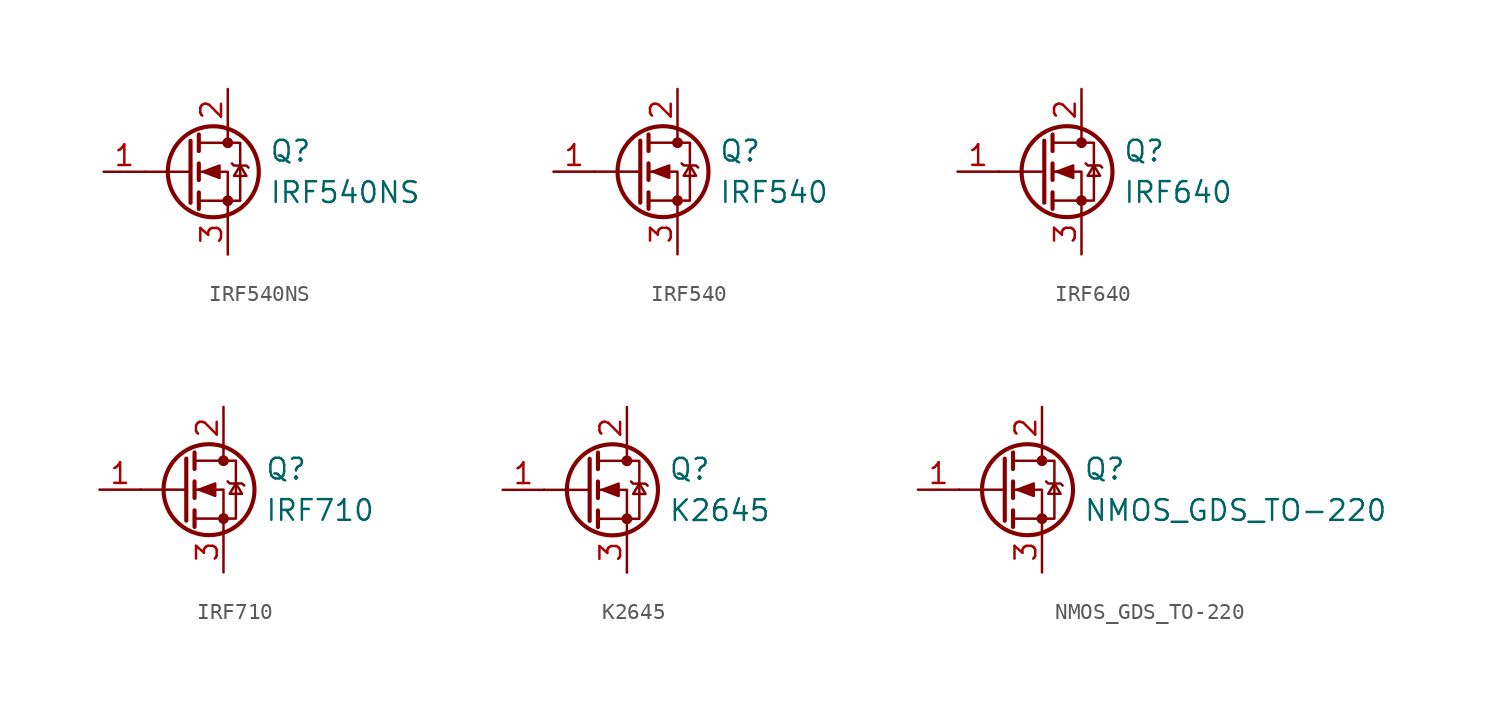
<source format=kicad_sym>
(kicad_symbol_lib
  (version 20220914)
  (generator kicad_symbol_editor)
  (symbol "IRF540NS"
    (pin_names
      (offset 0) hide)
    (property "Reference" "Q"
      (at 5.08 1.27 0)
      (effects (font (size 1.27 1.27)) (justify left)))
    (property "Value" "IRF540NS"
      (at 5.08 -1.27 0)
      (effects (font (size 1.27 1.27)) (justify left)))
    (symbol "IRF540NS_0_1"
      (polyline (pts (xy 0.254 0) (xy -2.54 0)) (stroke (width 0) (type default)) (fill (type none)))
      (polyline (pts (xy 0.254 1.905) (xy 0.254 -1.905)) (stroke (width 0.254) (type default)) (fill (type none)))
      (polyline (pts (xy 0.762 -1.27) (xy 0.762 -2.286)) (stroke (width 0.254) (type default)) (fill (type none)))
      (polyline (pts (xy 0.762 0.508) (xy 0.762 -0.508)) (stroke (width 0.254) (type default)) (fill (type none)))
      (polyline (pts (xy 0.762 2.286) (xy 0.762 1.27)) (stroke (width 0.254) (type default)) (fill (type none)))
      (polyline (pts (xy 2.54 2.54) (xy 2.54 1.778)) (stroke (width 0) (type default)) (fill (type none)))
      (polyline (pts (xy 2.54 -2.54) (xy 2.54 0) (xy 0.762 0)) (stroke (width 0) (type default)) (fill (type none)))
      (polyline (pts (xy 0.762 -1.778) (xy 3.302 -1.778) (xy 3.302 1.778) (xy 0.762 1.778)) (stroke (width 0) (type default)) (fill (type none)))
      (polyline (pts (xy 1.016 0) (xy 2.032 0.381) (xy 2.032 -0.381) (xy 1.016 0)) (stroke (width 0) (type default)) (fill (type outline)))
      (polyline (pts (xy 2.794 0.508) (xy 2.921 0.381) (xy 3.683 0.381) (xy 3.81 0.254)) (stroke (width 0) (type default)) (fill (type none)))
      (polyline (pts (xy 3.302 0.381) (xy 2.921 -0.254) (xy 3.683 -0.254) (xy 3.302 0.381)) (stroke (width 0) (type default)) (fill (type none)))
      (circle (center 1.651 0) (radius 2.794) (stroke (width 0.254) (type default)) (fill (type none)))
      (circle (center 2.54 -1.778) (radius 0.254) (stroke (width 0) (type default)) (fill (type outline)))
      (circle (center 2.54 1.778) (radius 0.254) (stroke (width 0) (type default)) (fill (type outline))))
    (symbol "IRF540NS_1_1"
      (pin input line (at -5.08 0 0) (length 2.54) (name "G" (effects (font (size 1.27 1.27)))) (number "1" (effects (font (size 1.27 1.27)))))
      (pin passive line (at 2.54 5.08 270) (length 2.54) (name "D" (effects (font (size 1.27 1.27)))) (number "2" (effects (font (size 1.27 1.27)))))
      (pin passive line (at 2.54 -5.08 90) (length 2.54) (name "S" (effects (font (size 1.27 1.27)))) (number "3" (effects (font (size 1.27 1.27)))))))
  (symbol "IRF540"
    (pin_names
      (offset 0) hide)
    (property "Reference" "Q"
      (at 5.08 1.27 0)
      (effects (font (size 1.27 1.27)) (justify left)))
    (property "Value" "IRF540"
      (at 5.08 -1.27 0)
      (effects (font (size 1.27 1.27)) (justify left)))
    (symbol "IRF540_0_1"
      (polyline (pts (xy 0.254 0) (xy -2.54 0)) (stroke (width 0) (type default)) (fill (type none)))
      (polyline (pts (xy 0.254 1.905) (xy 0.254 -1.905)) (stroke (width 0.254) (type default)) (fill (type none)))
      (polyline (pts (xy 0.762 -1.27) (xy 0.762 -2.286)) (stroke (width 0.254) (type default)) (fill (type none)))
      (polyline (pts (xy 0.762 0.508) (xy 0.762 -0.508)) (stroke (width 0.254) (type default)) (fill (type none)))
      (polyline (pts (xy 0.762 2.286) (xy 0.762 1.27)) (stroke (width 0.254) (type default)) (fill (type none)))
      (polyline (pts (xy 2.54 2.54) (xy 2.54 1.778)) (stroke (width 0) (type default)) (fill (type none)))
      (polyline (pts (xy 2.54 -2.54) (xy 2.54 0) (xy 0.762 0)) (stroke (width 0) (type default)) (fill (type none)))
      (polyline (pts (xy 0.762 -1.778) (xy 3.302 -1.778) (xy 3.302 1.778) (xy 0.762 1.778)) (stroke (width 0) (type default)) (fill (type none)))
      (polyline (pts (xy 1.016 0) (xy 2.032 0.381) (xy 2.032 -0.381) (xy 1.016 0)) (stroke (width 0) (type default)) (fill (type outline)))
      (polyline (pts (xy 2.794 0.508) (xy 2.921 0.381) (xy 3.683 0.381) (xy 3.81 0.254)) (stroke (width 0) (type default)) (fill (type none)))
      (polyline (pts (xy 3.302 0.381) (xy 2.921 -0.254) (xy 3.683 -0.254) (xy 3.302 0.381)) (stroke (width 0) (type default)) (fill (type none)))
      (circle (center 1.651 0) (radius 2.794) (stroke (width 0.254) (type default)) (fill (type none)))
      (circle (center 2.54 -1.778) (radius 0.254) (stroke (width 0) (type default)) (fill (type outline)))
      (circle (center 2.54 1.778) (radius 0.254) (stroke (width 0) (type default)) (fill (type outline))))
    (symbol "IRF540_1_1"
      (pin input line (at -5.08 0 0) (length 2.54) (name "G" (effects (font (size 1.27 1.27)))) (number "1" (effects (font (size 1.27 1.27)))))
      (pin passive line (at 2.54 5.08 270) (length 2.54) (name "D" (effects (font (size 1.27 1.27)))) (number "2" (effects (font (size 1.27 1.27)))))
      (pin passive line (at 2.54 -5.08 90) (length 2.54) (name "S" (effects (font (size 1.27 1.27)))) (number "3" (effects (font (size 1.27 1.27)))))))
  (symbol "IRF640"
    (pin_names
      (offset 0) hide)
    (property "Reference" "Q"
      (at 5.08 1.27 0)
      (effects (font (size 1.27 1.27)) (justify left)))
    (property "Value" "IRF640"
      (at 5.08 -1.27 0)
      (effects (font (size 1.27 1.27)) (justify left)))
    (symbol "IRF640_0_1"
      (polyline (pts (xy 0.254 0) (xy -2.54 0)) (stroke (width 0) (type default)) (fill (type none)))
      (polyline (pts (xy 0.254 1.905) (xy 0.254 -1.905)) (stroke (width 0.254) (type default)) (fill (type none)))
      (polyline (pts (xy 0.762 -1.27) (xy 0.762 -2.286)) (stroke (width 0.254) (type default)) (fill (type none)))
      (polyline (pts (xy 0.762 0.508) (xy 0.762 -0.508)) (stroke (width 0.254) (type default)) (fill (type none)))
      (polyline (pts (xy 0.762 2.286) (xy 0.762 1.27)) (stroke (width 0.254) (type default)) (fill (type none)))
      (polyline (pts (xy 2.54 2.54) (xy 2.54 1.778)) (stroke (width 0) (type default)) (fill (type none)))
      (polyline (pts (xy 2.54 -2.54) (xy 2.54 0) (xy 0.762 0)) (stroke (width 0) (type default)) (fill (type none)))
      (polyline (pts (xy 0.762 -1.778) (xy 3.302 -1.778) (xy 3.302 1.778) (xy 0.762 1.778)) (stroke (width 0) (type default)) (fill (type none)))
      (polyline (pts (xy 1.016 0) (xy 2.032 0.381) (xy 2.032 -0.381) (xy 1.016 0)) (stroke (width 0) (type default)) (fill (type outline)))
      (polyline (pts (xy 2.794 0.508) (xy 2.921 0.381) (xy 3.683 0.381) (xy 3.81 0.254)) (stroke (width 0) (type default)) (fill (type none)))
      (polyline (pts (xy 3.302 0.381) (xy 2.921 -0.254) (xy 3.683 -0.254) (xy 3.302 0.381)) (stroke (width 0) (type default)) (fill (type none)))
      (circle (center 1.651 0) (radius 2.794) (stroke (width 0.254) (type default)) (fill (type none)))
      (circle (center 2.54 -1.778) (radius 0.254) (stroke (width 0) (type default)) (fill (type outline)))
      (circle (center 2.54 1.778) (radius 0.254) (stroke (width 0) (type default)) (fill (type outline))))
    (symbol "IRF640_1_1"
      (pin input line (at -5.08 0 0) (length 2.54) (name "G" (effects (font (size 1.27 1.27)))) (number "1" (effects (font (size 1.27 1.27)))))
      (pin passive line (at 2.54 5.08 270) (length 2.54) (name "D" (effects (font (size 1.27 1.27)))) (number "2" (effects (font (size 1.27 1.27)))))
      (pin passive line (at 2.54 -5.08 90) (length 2.54) (name "S" (effects (font (size 1.27 1.27)))) (number "3" (effects (font (size 1.27 1.27)))))))
  (symbol "IRF710"
    (pin_names
      (offset 0) hide)
    (property "Reference" "Q"
      (at 5.08 1.27 0)
      (effects (font (size 1.27 1.27)) (justify left)))
    (property "Value" "IRF710"
      (at 5.08 -1.27 0)
      (effects (font (size 1.27 1.27)) (justify left)))
    (symbol "IRF710_0_1"
      (polyline (pts (xy 0.254 0) (xy -2.54 0)) (stroke (width 0) (type default)) (fill (type none)))
      (polyline (pts (xy 0.254 1.905) (xy 0.254 -1.905)) (stroke (width 0.254) (type default)) (fill (type none)))
      (polyline (pts (xy 0.762 -1.27) (xy 0.762 -2.286)) (stroke (width 0.254) (type default)) (fill (type none)))
      (polyline (pts (xy 0.762 0.508) (xy 0.762 -0.508)) (stroke (width 0.254) (type default)) (fill (type none)))
      (polyline (pts (xy 0.762 2.286) (xy 0.762 1.27)) (stroke (width 0.254) (type default)) (fill (type none)))
      (polyline (pts (xy 2.54 2.54) (xy 2.54 1.778)) (stroke (width 0) (type default)) (fill (type none)))
      (polyline (pts (xy 2.54 -2.54) (xy 2.54 0) (xy 0.762 0)) (stroke (width 0) (type default)) (fill (type none)))
      (polyline (pts (xy 0.762 -1.778) (xy 3.302 -1.778) (xy 3.302 1.778) (xy 0.762 1.778)) (stroke (width 0) (type default)) (fill (type none)))
      (polyline (pts (xy 1.016 0) (xy 2.032 0.381) (xy 2.032 -0.381) (xy 1.016 0)) (stroke (width 0) (type default)) (fill (type outline)))
      (polyline (pts (xy 2.794 0.508) (xy 2.921 0.381) (xy 3.683 0.381) (xy 3.81 0.254)) (stroke (width 0) (type default)) (fill (type none)))
      (polyline (pts (xy 3.302 0.381) (xy 2.921 -0.254) (xy 3.683 -0.254) (xy 3.302 0.381)) (stroke (width 0) (type default)) (fill (type none)))
      (circle (center 1.651 0) (radius 2.794) (stroke (width 0.254) (type default)) (fill (type none)))
      (circle (center 2.54 -1.778) (radius 0.254) (stroke (width 0) (type default)) (fill (type outline)))
      (circle (center 2.54 1.778) (radius 0.254) (stroke (width 0) (type default)) (fill (type outline))))
    (symbol "IRF710_1_1"
      (pin input line (at -5.08 0 0) (length 2.54) (name "G" (effects (font (size 1.27 1.27)))) (number "1" (effects (font (size 1.27 1.27)))))
      (pin passive line (at 2.54 5.08 270) (length 2.54) (name "D" (effects (font (size 1.27 1.27)))) (number "2" (effects (font (size 1.27 1.27)))))
      (pin passive line (at 2.54 -5.08 90) (length 2.54) (name "S" (effects (font (size 1.27 1.27)))) (number "3" (effects (font (size 1.27 1.27)))))))
  (symbol "K2645"
    (pin_names
      (offset 0) hide)
    (property "Reference" "Q"
      (at 5.08 1.27 0)
      (effects (font (size 1.27 1.27)) (justify left)))
    (property "Value" "K2645"
      (at 5.08 -1.27 0)
      (effects (font (size 1.27 1.27)) (justify left)))
    (symbol "K2645_0_1"
      (polyline (pts (xy 0.254 0) (xy -2.54 0)) (stroke (width 0) (type default)) (fill (type none)))
      (polyline (pts (xy 0.254 1.905) (xy 0.254 -1.905)) (stroke (width 0.254) (type default)) (fill (type none)))
      (polyline (pts (xy 0.762 -1.27) (xy 0.762 -2.286)) (stroke (width 0.254) (type default)) (fill (type none)))
      (polyline (pts (xy 0.762 0.508) (xy 0.762 -0.508)) (stroke (width 0.254) (type default)) (fill (type none)))
      (polyline (pts (xy 0.762 2.286) (xy 0.762 1.27)) (stroke (width 0.254) (type default)) (fill (type none)))
      (polyline (pts (xy 2.54 2.54) (xy 2.54 1.778)) (stroke (width 0) (type default)) (fill (type none)))
      (polyline (pts (xy 2.54 -2.54) (xy 2.54 0) (xy 0.762 0)) (stroke (width 0) (type default)) (fill (type none)))
      (polyline (pts (xy 0.762 -1.778) (xy 3.302 -1.778) (xy 3.302 1.778) (xy 0.762 1.778)) (stroke (width 0) (type default)) (fill (type none)))
      (polyline (pts (xy 1.016 0) (xy 2.032 0.381) (xy 2.032 -0.381) (xy 1.016 0)) (stroke (width 0) (type default)) (fill (type outline)))
      (polyline (pts (xy 2.794 0.508) (xy 2.921 0.381) (xy 3.683 0.381) (xy 3.81 0.254)) (stroke (width 0) (type default)) (fill (type none)))
      (polyline (pts (xy 3.302 0.381) (xy 2.921 -0.254) (xy 3.683 -0.254) (xy 3.302 0.381)) (stroke (width 0) (type default)) (fill (type none)))
      (circle (center 1.651 0) (radius 2.794) (stroke (width 0.254) (type default)) (fill (type none)))
      (circle (center 2.54 -1.778) (radius 0.254) (stroke (width 0) (type default)) (fill (type outline)))
      (circle (center 2.54 1.778) (radius 0.254) (stroke (width 0) (type default)) (fill (type outline))))
    (symbol "K2645_1_1"
      (pin input line (at -5.08 0 0) (length 2.54) (name "G" (effects (font (size 1.27 1.27)))) (number "1" (effects (font (size 1.27 1.27)))))
      (pin passive line (at 2.54 5.08 270) (length 2.54) (name "D" (effects (font (size 1.27 1.27)))) (number "2" (effects (font (size 1.27 1.27)))))
      (pin passive line (at 2.54 -5.08 90) (length 2.54) (name "S" (effects (font (size 1.27 1.27)))) (number "3" (effects (font (size 1.27 1.27)))))))
  (symbol "NMOS_GDS_TO-220"
    (pin_names
      (offset 0) hide)
    (property "Reference" "Q"
      (at 5.08 1.27 0)
      (effects (font (size 1.27 1.27)) (justify left)))
    (property "Value" "NMOS_GDS_TO-220"
      (at 5.08 -1.27 0)
      (effects (font (size 1.27 1.27)) (justify left)))
    (symbol "NMOS_GDS_TO-220_0_1"
      (polyline (pts (xy 0.254 0) (xy -2.54 0)) (stroke (width 0) (type default)) (fill (type none)))
      (polyline (pts (xy 0.254 1.905) (xy 0.254 -1.905)) (stroke (width 0.254) (type default)) (fill (type none)))
      (polyline (pts (xy 0.762 -1.27) (xy 0.762 -2.286)) (stroke (width 0.254) (type default)) (fill (type none)))
      (polyline (pts (xy 0.762 0.508) (xy 0.762 -0.508)) (stroke (width 0.254) (type default)) (fill (type none)))
      (polyline (pts (xy 0.762 2.286) (xy 0.762 1.27)) (stroke (width 0.254) (type default)) (fill (type none)))
      (polyline (pts (xy 2.54 2.54) (xy 2.54 1.778)) (stroke (width 0) (type default)) (fill (type none)))
      (polyline (pts (xy 2.54 -2.54) (xy 2.54 0) (xy 0.762 0)) (stroke (width 0) (type default)) (fill (type none)))
      (polyline (pts (xy 0.762 -1.778) (xy 3.302 -1.778) (xy 3.302 1.778) (xy 0.762 1.778)) (stroke (width 0) (type default)) (fill (type none)))
      (polyline (pts (xy 1.016 0) (xy 2.032 0.381) (xy 2.032 -0.381) (xy 1.016 0)) (stroke (width 0) (type default)) (fill (type outline)))
      (polyline (pts (xy 2.794 0.508) (xy 2.921 0.381) (xy 3.683 0.381) (xy 3.81 0.254)) (stroke (width 0) (type default)) (fill (type none)))
      (polyline (pts (xy 3.302 0.381) (xy 2.921 -0.254) (xy 3.683 -0.254) (xy 3.302 0.381)) (stroke (width 0) (type default)) (fill (type none)))
      (circle (center 1.651 0) (radius 2.794) (stroke (width 0.254) (type default)) (fill (type none)))
      (circle (center 2.54 -1.778) (radius 0.254) (stroke (width 0) (type default)) (fill (type outline)))
      (circle (center 2.54 1.778) (radius 0.254) (stroke (width 0) (type default)) (fill (type outline))))
    (symbol "NMOS_GDS_TO-220_1_1"
      (pin input line (at -5.08 0 0) (length 2.54) (name "G" (effects (font (size 1.27 1.27)))) (number "1" (effects (font (size 1.27 1.27)))))
      (pin passive line (at 2.54 5.08 270) (length 2.54) (name "D" (effects (font (size 1.27 1.27)))) (number "2" (effects (font (size 1.27 1.27)))))
      (pin passive line (at 2.54 -5.08 90) (length 2.54) (name "S" (effects (font (size 1.27 1.27)))) (number "3" (effects (font (size 1.27 1.27))))))))
</source>
